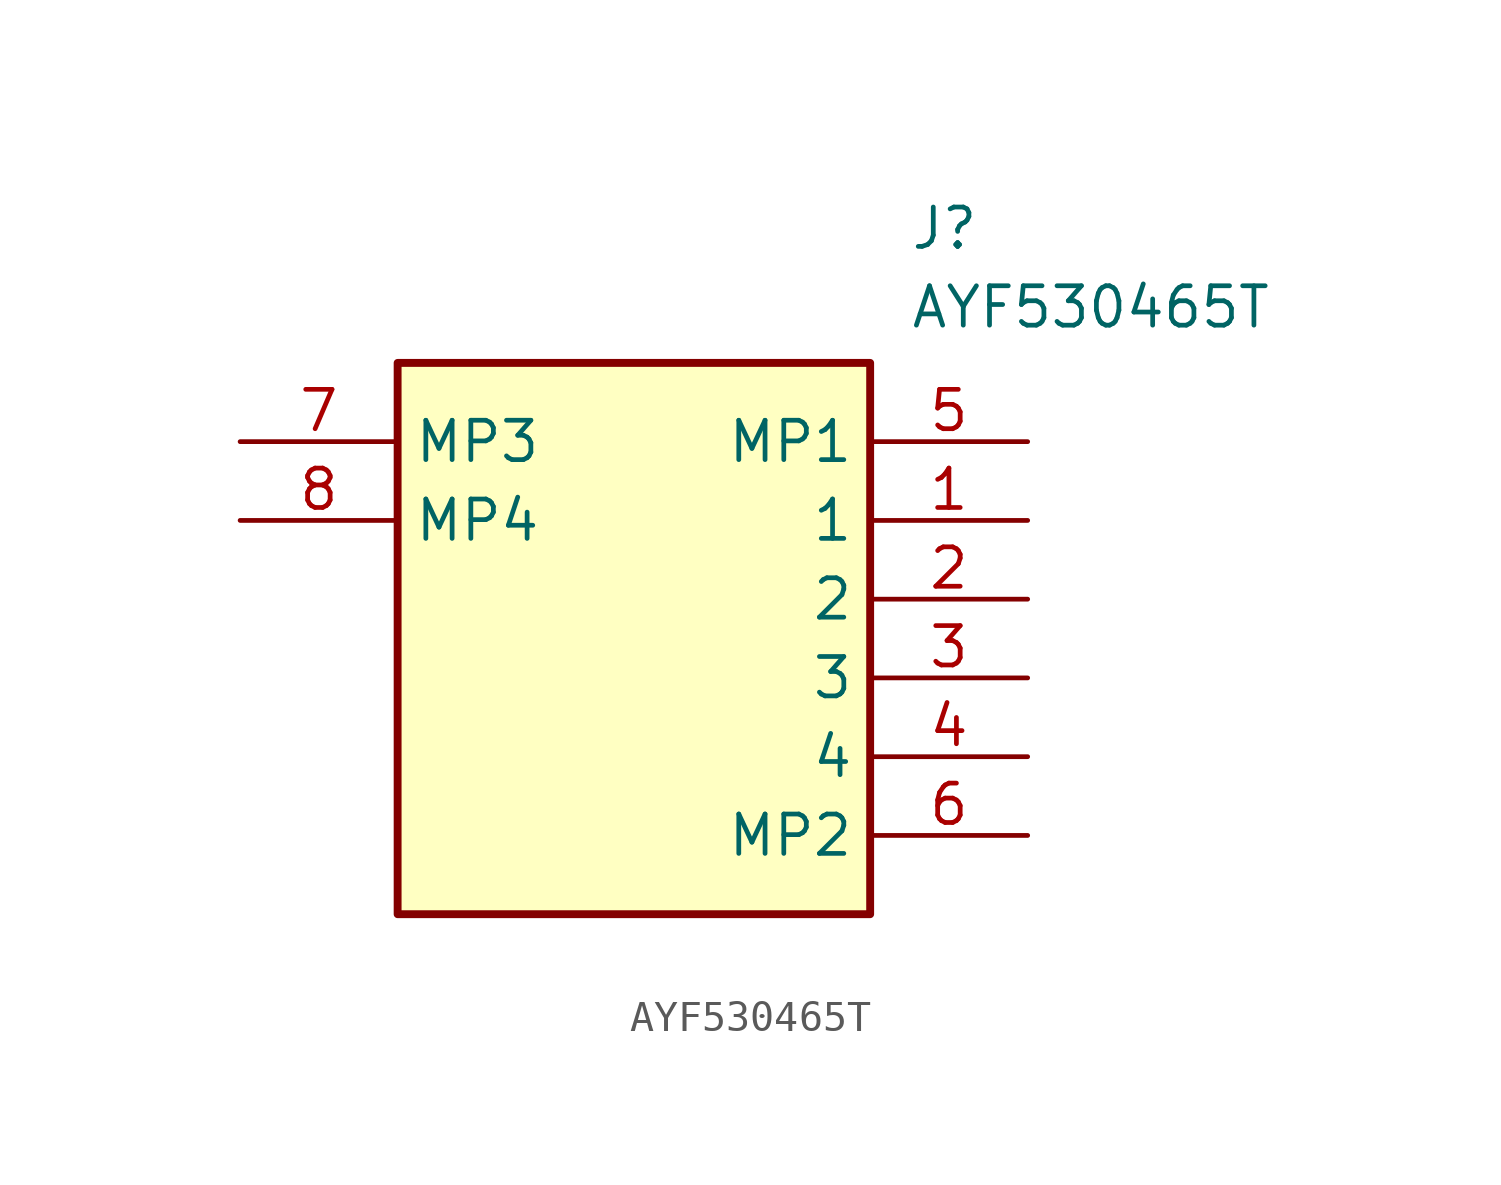
<source format=kicad_sym>
(kicad_symbol_lib
  (version 20211014)
  (generator SamacSys_ECAD_Model)
  (symbol "AYF530465T"
    (property "Reference" "J"
      (at 21.59 7.62 0)
      (effects (font (size 1.27 1.27)) (justify left top)))
    (property "Value" "AYF530465T"
      (at 21.59 5.08 0)
      (effects (font (size 1.27 1.27)) (justify left top)))
    (rectangle
      (start 5.08 2.54)
      (end 20.32 -15.24)
      (stroke (width 0.254) (type default))
      (fill (type background)))
    (pin passive line
      (at 25.4 -2.54 180)
      (length 5.08)
      (name "1" (effects (font (size 1.27 1.27))))
      (number "1" (effects (font (size 1.27 1.27)))))
    (pin passive line
      (at 25.4 -5.08 180)
      (length 5.08)
      (name "2" (effects (font (size 1.27 1.27))))
      (number "2" (effects (font (size 1.27 1.27)))))
    (pin passive line
      (at 25.4 -7.62 180)
      (length 5.08)
      (name "3" (effects (font (size 1.27 1.27))))
      (number "3" (effects (font (size 1.27 1.27)))))
    (pin passive line
      (at 25.4 -10.16 180)
      (length 5.08)
      (name "4" (effects (font (size 1.27 1.27))))
      (number "4" (effects (font (size 1.27 1.27)))))
    (pin passive line
      (at 25.4 0 180)
      (length 5.08)
      (name "MP1" (effects (font (size 1.27 1.27))))
      (number "5" (effects (font (size 1.27 1.27)))))
    (pin passive line
      (at 25.4 -12.7 180)
      (length 5.08)
      (name "MP2" (effects (font (size 1.27 1.27))))
      (number "6" (effects (font (size 1.27 1.27)))))
    (pin passive line
      (at 0 0 0)
      (length 5.08)
      (name "MP3" (effects (font (size 1.27 1.27))))
      (number "7" (effects (font (size 1.27 1.27)))))
    (pin passive line
      (at 0 -2.54 0)
      (length 5.08)
      (name "MP4" (effects (font (size 1.27 1.27))))
      (number "8" (effects (font (size 1.27 1.27)))))))
</source>
